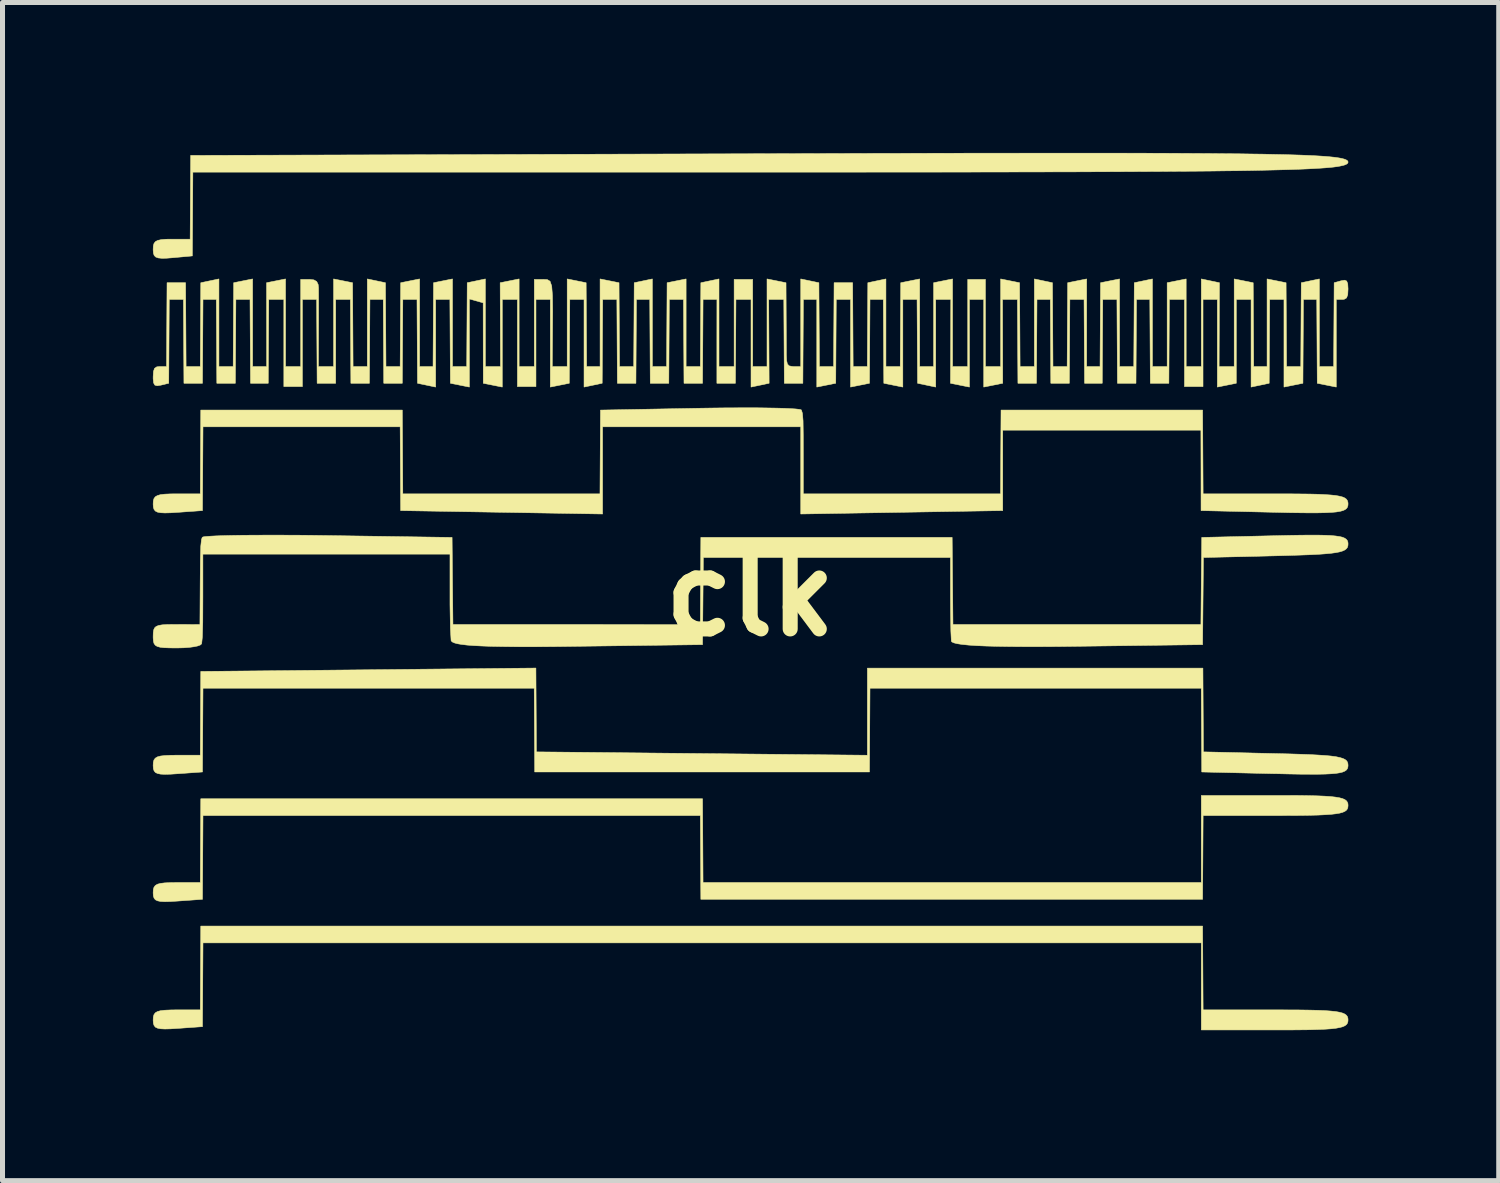
<source format=kicad_pcb>
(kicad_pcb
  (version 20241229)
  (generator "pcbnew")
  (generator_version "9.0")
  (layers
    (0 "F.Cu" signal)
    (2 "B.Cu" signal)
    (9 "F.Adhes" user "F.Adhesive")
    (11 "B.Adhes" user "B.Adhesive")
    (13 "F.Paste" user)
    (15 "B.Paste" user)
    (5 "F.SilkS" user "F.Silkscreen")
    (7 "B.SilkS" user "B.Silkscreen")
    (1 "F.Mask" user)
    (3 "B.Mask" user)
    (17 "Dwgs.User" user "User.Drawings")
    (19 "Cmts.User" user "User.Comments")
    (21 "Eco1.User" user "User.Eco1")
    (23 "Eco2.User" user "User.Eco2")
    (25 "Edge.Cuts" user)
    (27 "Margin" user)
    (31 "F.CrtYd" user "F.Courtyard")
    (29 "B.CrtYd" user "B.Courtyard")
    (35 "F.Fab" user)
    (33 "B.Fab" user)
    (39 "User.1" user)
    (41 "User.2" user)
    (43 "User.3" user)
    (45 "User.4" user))
  (footprint "clk"
    (layer "F.Cu")
    (at 11.914 8.806)
    (property "Reference" "clk" (at 0 0 0) (layer "F.SilkS") (effects (font (size 1.524 1.524) (thickness 0.3))))
    (attr through_hole)
    (fp_poly (pts (xy 9.03 7.453) (xy 9.035 8.288) (xy 10.48 8.288) (xy 10.737 8.289) (xy 10.961 8.29) (xy 11.156 8.293) (xy 11.323 8.297) (xy 11.465 8.303) (xy 11.583 8.312) (xy 11.68 8.322) (xy 11.758 8.336) (xy 11.817 8.352) (xy 11.862 8.372) (xy 11.893 8.395) (xy 11.913 8.422) (xy 11.923 8.453) (xy 11.926 8.488) (xy 11.926 8.489) (xy 11.923 8.524) (xy 11.913 8.555) (xy 11.894 8.582) (xy 11.863 8.605) (xy 11.819 8.625) (xy 11.759 8.641) (xy 11.683 8.655) (xy 11.587 8.666) (xy 11.469 8.674) (xy 11.329 8.68) (xy 11.163 8.685) (xy 10.969 8.687) (xy 10.746 8.689) (xy 10.492 8.689) (xy 10.463 8.689) (xy 8.999 8.689) (xy 8.999 6.952) (xy -10.915 6.952) (xy -10.925 8.623) (xy -11.417 8.658) (xy -11.56 8.667) (xy -11.673 8.67) (xy -11.759 8.666) (xy -11.822 8.653) (xy -11.865 8.632) (xy -11.891 8.599) (xy -11.905 8.555) (xy -11.909 8.498) (xy -11.909 8.491) (xy -11.906 8.431) (xy -11.893 8.384) (xy -11.867 8.348) (xy -11.824 8.322) (xy -11.762 8.305) (xy -11.676 8.295) (xy -11.563 8.29) (xy -11.439 8.288) (xy -10.969 8.288) (xy -10.964 7.453) (xy -10.959 6.617) (xy 9.025 6.617) (xy 9.03 7.453)) (stroke (width 0.01) (type solid)) (fill yes) (layer "F.SilkS"))
    (fp_poly (pts (xy 10.721 4.011) (xy 10.947 4.012) (xy 11.143 4.015) (xy 11.312 4.019) (xy 11.455 4.025) (xy 11.575 4.033) (xy 11.673 4.044) (xy 11.752 4.057) (xy 11.813 4.073) (xy 11.859 4.092) (xy 11.891 4.115) (xy 11.911 4.142) (xy 11.923 4.172) (xy 11.926 4.207) (xy 11.926 4.211) (xy 11.923 4.247) (xy 11.913 4.278) (xy 11.894 4.305) (xy 11.863 4.328) (xy 11.818 4.348) (xy 11.759 4.364) (xy 11.682 4.377) (xy 11.586 4.388) (xy 11.468 4.396) (xy 11.326 4.403) (xy 11.16 4.407) (xy 10.965 4.41) (xy 10.741 4.411) (xy 10.486 4.412) (xy 10.48 4.412) (xy 9.035 4.412) (xy 9.025 6.083) (xy -0.984 6.083) (xy -0.994 4.412) (xy -10.915 4.412) (xy -10.925 6.083) (xy -11.417 6.118) (xy -11.56 6.127) (xy -11.673 6.13) (xy -11.759 6.126) (xy -11.822 6.113) (xy -11.865 6.092) (xy -11.891 6.059) (xy -11.905 6.015) (xy -11.909 5.958) (xy -11.909 5.951) (xy -11.906 5.891) (xy -11.893 5.844) (xy -11.867 5.808) (xy -11.824 5.782) (xy -11.762 5.765) (xy -11.676 5.755) (xy -11.563 5.75) (xy -11.439 5.748) (xy -10.969 5.748) (xy -10.964 4.913) (xy -10.959 4.077) (xy -0.95 4.077) (xy -0.945 4.913) (xy -0.94 5.748) (xy 8.999 5.748) (xy 8.999 4.011) (xy 10.463 4.011) (xy 10.721 4.011)) (stroke (width 0.01) (type solid)) (fill yes) (layer "F.SilkS"))
    (fp_poly (pts (xy -4.269 2.306) (xy -4.264 3.142) (xy 2.338 3.209) (xy 2.338 1.471) (xy 9.031 1.471) (xy 9.036 2.306) (xy 9.041 3.142) (xy 10.484 3.176) (xy 10.74 3.182) (xy 10.964 3.189) (xy 11.159 3.196) (xy 11.326 3.205) (xy 11.467 3.214) (xy 11.585 3.225) (xy 11.682 3.238) (xy 11.759 3.254) (xy 11.819 3.272) (xy 11.863 3.292) (xy 11.894 3.316) (xy 11.913 3.344) (xy 11.923 3.376) (xy 11.926 3.41) (xy 11.923 3.446) (xy 11.913 3.476) (xy 11.894 3.503) (xy 11.863 3.525) (xy 11.82 3.544) (xy 11.761 3.559) (xy 11.684 3.571) (xy 11.589 3.579) (xy 11.472 3.585) (xy 11.332 3.588) (xy 11.166 3.588) (xy 10.973 3.587) (xy 10.751 3.583) (xy 10.497 3.577) (xy 10.467 3.577) (xy 9.008 3.543) (xy 8.998 1.872) (xy 2.39 1.872) (xy 2.38 3.543) (xy -4.298 3.543) (xy -4.308 1.872) (xy -10.915 1.872) (xy -10.925 3.543) (xy -11.417 3.578) (xy -11.56 3.587) (xy -11.673 3.59) (xy -11.759 3.586) (xy -11.822 3.573) (xy -11.865 3.552) (xy -11.891 3.519) (xy -11.905 3.475) (xy -11.909 3.418) (xy -11.909 3.411) (xy -11.906 3.351) (xy -11.893 3.304) (xy -11.867 3.268) (xy -11.824 3.242) (xy -11.762 3.225) (xy -11.676 3.215) (xy -11.563 3.21) (xy -11.439 3.208) (xy -10.969 3.208) (xy -10.964 2.373) (xy -10.959 1.537) (xy -4.274 1.47) (xy -4.269 2.306)) (stroke (width 0.01) (type solid)) (fill yes) (layer "F.SilkS"))
    (fp_poly (pts (xy 0.169 -3.721) (xy 0.359 -3.718) (xy 0.53 -3.715) (xy 0.678 -3.711) (xy 0.803 -3.705) (xy 0.902 -3.699) (xy 0.973 -3.691) (xy 1.013 -3.683) (xy 1.022 -3.677) (xy 1.043 -3.609) (xy 1.055 -3.462) (xy 1.059 -3.169) (xy 1.06 -2.805) (xy 1.06 -2.005) (xy 4.994 -2.005) (xy 5.004 -3.676) (xy 9.025 -3.676) (xy 9.035 -2.005) (xy 10.48 -2.005) (xy 10.736 -2.005) (xy 10.961 -2.003) (xy 11.156 -2.001) (xy 11.323 -1.997) (xy 11.465 -1.99) (xy 11.583 -1.982) (xy 11.68 -1.972) (xy 11.757 -1.958) (xy 11.817 -1.942) (xy 11.862 -1.922) (xy 11.893 -1.899) (xy 11.912 -1.872) (xy 11.923 -1.841) (xy 11.926 -1.806) (xy 11.926 -1.804) (xy 11.923 -1.769) (xy 11.913 -1.738) (xy 11.894 -1.711) (xy 11.864 -1.689) (xy 11.821 -1.67) (xy 11.762 -1.655) (xy 11.687 -1.643) (xy 11.592 -1.635) (xy 11.476 -1.629) (xy 11.337 -1.626) (xy 11.172 -1.625) (xy 10.98 -1.627) (xy 10.76 -1.63) (xy 10.507 -1.636) (xy 10.46 -1.637) (xy 8.994 -1.671) (xy 8.993 -2.473) (xy 8.991 -3.275) (xy 5.038 -3.275) (xy 5.038 -1.671) (xy 3.024 -1.637) (xy 1.009 -1.603) (xy 1.009 -3.342) (xy -2.944 -3.342) (xy -2.944 -1.603) (xy -6.972 -1.671) (xy -6.977 -2.507) (xy -6.982 -3.342) (xy -10.915 -3.342) (xy -10.92 -2.507) (xy -10.925 -1.671) (xy -11.417 -1.636) (xy -11.56 -1.627) (xy -11.673 -1.624) (xy -11.759 -1.628) (xy -11.822 -1.64) (xy -11.865 -1.662) (xy -11.891 -1.694) (xy -11.905 -1.739) (xy -11.909 -1.796) (xy -11.909 -1.803) (xy -11.906 -1.863) (xy -11.893 -1.91) (xy -11.867 -1.946) (xy -11.824 -1.971) (xy -11.762 -1.989) (xy -11.676 -1.999) (xy -11.563 -2.004) (xy -11.439 -2.005) (xy -10.969 -2.005) (xy -10.959 -3.676) (xy -6.939 -3.676) (xy -6.929 -2.005) (xy -2.996 -2.005) (xy -2.986 -3.676) (xy -1.001 -3.713) (xy -0.745 -3.717) (xy -0.497 -3.72) (xy -0.261 -3.721) (xy -0.038 -3.722) (xy 0.169 -3.721)) (stroke (width 0.01) (type solid)) (fill yes) (layer "F.SilkS"))
    (fp_poly (pts (xy 6.97 -8.801) (xy 7.4 -8.801) (xy 7.805 -8.8) (xy 8.186 -8.799) (xy 8.543 -8.797) (xy 8.878 -8.795) (xy 9.19 -8.793) (xy 9.481 -8.79) (xy 9.751 -8.788) (xy 10.002 -8.784) (xy 10.233 -8.781) (xy 10.445 -8.776) (xy 10.64 -8.772) (xy 10.818 -8.767) (xy 10.979 -8.762) (xy 11.125 -8.756) (xy 11.255 -8.75) (xy 11.372 -8.743) (xy 11.475 -8.736) (xy 11.565 -8.728) (xy 11.644 -8.72) (xy 11.711 -8.711) (xy 11.767 -8.702) (xy 11.814 -8.692) (xy 11.851 -8.682) (xy 11.88 -8.671) (xy 11.901 -8.66) (xy 11.916 -8.648) (xy 11.924 -8.636) (xy 11.926 -8.623) (xy 11.924 -8.61) (xy 11.916 -8.597) (xy 11.901 -8.585) (xy 11.88 -8.574) (xy 11.851 -8.563) (xy 11.813 -8.553) (xy 11.766 -8.543) (xy 11.71 -8.533) (xy 11.642 -8.524) (xy 11.564 -8.516) (xy 11.473 -8.508) (xy 11.37 -8.501) (xy 11.253 -8.494) (xy 11.121 -8.487) (xy 10.975 -8.481) (xy 10.813 -8.475) (xy 10.635 -8.47) (xy 10.44 -8.465) (xy 10.227 -8.46) (xy 9.995 -8.455) (xy 9.744 -8.451) (xy 9.473 -8.448) (xy 9.182 -8.444) (xy 8.869 -8.441) (xy 8.534 -8.439) (xy 8.176 -8.436) (xy 7.794 -8.434) (xy 7.388 -8.432) (xy 6.957 -8.43) (xy 6.5 -8.428) (xy 6.017 -8.427) (xy 5.507 -8.426) (xy 4.968 -8.425) (xy 4.401 -8.424) (xy 3.805 -8.423) (xy 3.178 -8.423) (xy 2.521 -8.423) (xy 1.832 -8.422) (xy 1.111 -8.422) (xy 0.405 -8.422) (xy -11.117 -8.422) (xy -11.122 -7.587) (xy -11.127 -6.751) (xy -11.518 -6.715) (xy -11.644 -6.705) (xy -11.74 -6.704) (xy -11.81 -6.711) (xy -11.859 -6.73) (xy -11.889 -6.761) (xy -11.904 -6.807) (xy -11.909 -6.868) (xy -11.909 -6.882) (xy -11.906 -6.949) (xy -11.892 -7) (xy -11.863 -7.037) (xy -11.817 -7.061) (xy -11.748 -7.076) (xy -11.654 -7.084) (xy -11.54 -7.085) (xy -11.171 -7.085) (xy -11.161 -8.756) (xy 0.383 -8.79) (xy 1.135 -8.792) (xy 1.855 -8.794) (xy 2.543 -8.796) (xy 3.199 -8.797) (xy 3.824 -8.799) (xy 4.419 -8.8) (xy 4.985 -8.8) (xy 5.522 -8.801) (xy 6.032 -8.801) (xy 6.514 -8.801) (xy 6.97 -8.801)) (stroke (width 0.01) (type solid)) (fill yes) (layer "F.SilkS"))
    (fp_poly (pts (xy 11.315 -1.182) (xy 11.458 -1.179) (xy 11.577 -1.174) (xy 11.675 -1.165) (xy 11.753 -1.154) (xy 11.814 -1.14) (xy 11.859 -1.121) (xy 11.891 -1.099) (xy 11.912 -1.073) (xy 11.923 -1.043) (xy 11.926 -1.008) (xy 11.926 -1.004) (xy 11.923 -0.968) (xy 11.913 -0.937) (xy 11.893 -0.91) (xy 11.862 -0.886) (xy 11.817 -0.865) (xy 11.757 -0.847) (xy 11.68 -0.832) (xy 11.583 -0.819) (xy 11.464 -0.808) (xy 11.322 -0.798) (xy 11.155 -0.79) (xy 10.959 -0.783) (xy 10.734 -0.776) (xy 10.484 -0.769) (xy 9.041 -0.735) (xy 9.033 0.134) (xy 9.025 1.003) (xy 6.528 1.036) (xy 6.142 1.041) (xy 5.79 1.043) (xy 5.471 1.043) (xy 5.185 1.041) (xy 4.931 1.037) (xy 4.708 1.031) (xy 4.518 1.023) (xy 4.358 1.012) (xy 4.229 0.999) (xy 4.13 0.984) (xy 4.062 0.967) (xy 4.023 0.948) (xy 4.013 0.932) (xy 4.003 0.73) (xy 3.997 0.355) (xy 3.995 0.029) (xy 3.995 -0.735) (xy -0.934 -0.735) (xy -0.942 0.134) (xy -0.95 1.003) (xy -3.447 1.036) (xy -3.812 1.041) (xy -4.145 1.044) (xy -4.446 1.045) (xy -4.716 1.044) (xy -4.957 1.041) (xy -5.169 1.037) (xy -5.354 1.03) (xy -5.513 1.022) (xy -5.645 1.012) (xy -5.754 0.999) (xy -5.839 0.985) (xy -5.901 0.968) (xy -5.942 0.949) (xy -5.963 0.928) (xy -5.966 0.92) (xy -5.98 0.675) (xy -5.988 0.208) (xy -5.988 -0.016) (xy -5.988 -0.802) (xy -10.917 -0.802) (xy -10.917 0.053) (xy -10.919 0.554) (xy -10.927 0.845) (xy -10.941 0.979) (xy -10.944 0.988) (xy -10.967 1.009) (xy -11.019 1.029) (xy -11.096 1.045) (xy -11.193 1.058) (xy -11.304 1.066) (xy -11.427 1.069) (xy -11.44 1.069) (xy -11.578 1.068) (xy -11.686 1.064) (xy -11.768 1.055) (xy -11.827 1.039) (xy -11.867 1.014) (xy -11.892 0.979) (xy -11.904 0.932) (xy -11.909 0.87) (xy -11.909 0.834) (xy -11.907 0.765) (xy -11.899 0.711) (xy -11.881 0.67) (xy -11.849 0.64) (xy -11.799 0.62) (xy -11.729 0.608) (xy -11.634 0.602) (xy -11.511 0.6) (xy -11.443 0.6) (xy -10.976 0.602) (xy -10.971 -0.233) (xy -10.967 -0.698) (xy -10.959 -0.963) (xy -10.945 -1.092) (xy -10.929 -1.139) (xy -10.908 -1.147) (xy -10.855 -1.154) (xy -10.773 -1.16) (xy -10.662 -1.166) (xy -10.526 -1.171) (xy -10.365 -1.175) (xy -10.182 -1.178) (xy -9.979 -1.18) (xy -9.757 -1.181) (xy -9.519 -1.182) (xy -9.266 -1.181) (xy -9 -1.18) (xy -8.723 -1.177) (xy -8.437 -1.173) (xy -8.419 -1.173) (xy -5.946 -1.136) (xy -5.938 -0.267) (xy -5.929 0.602) (xy -3.462 0.602) (xy -0.994 0.603) (xy -0.989 -0.267) (xy -0.984 -1.136) (xy 4.029 -1.136) (xy 4.037 -0.267) (xy 4.045 0.602) (xy 8.991 0.602) (xy 8.999 -0.267) (xy 9.008 -1.136) (xy 10.467 -1.17) (xy 10.724 -1.176) (xy 10.95 -1.18) (xy 11.146 -1.182) (xy 11.315 -1.182)) (stroke (width 0.01) (type solid)) (fill yes) (layer "F.SilkS"))
    (fp_poly (pts (xy 11.354 -4.545) (xy 11.639 -4.545) (xy 11.649 -6.216) (xy 11.787 -6.255) (xy 11.857 -6.267) (xy 11.899 -6.25) (xy 11.92 -6.196) (xy 11.926 -6.098) (xy 11.926 -6.088) (xy 11.92 -5.977) (xy 11.896 -5.913) (xy 11.849 -5.886) (xy 11.808 -5.882) (xy 11.691 -5.882) (xy 11.691 -4.135) (xy 11.501 -4.173) (xy 11.312 -4.211) (xy 11.307 -5.047) (xy 11.302 -5.882) (xy 11.036 -5.882) (xy 11.031 -5.047) (xy 11.026 -4.211) (xy 10.837 -4.173) (xy 10.648 -4.135) (xy 10.648 -5.882) (xy 10.363 -5.882) (xy 10.358 -5.047) (xy 10.353 -4.211) (xy 10.173 -4.173) (xy 9.992 -4.135) (xy 9.992 -5.882) (xy 9.845 -5.882) (xy 9.697 -5.882) (xy 9.697 -4.211) (xy 9.508 -4.173) (xy 9.319 -4.135) (xy 9.319 -5.882) (xy 9.033 -5.882) (xy 9.033 -4.144) (xy 8.663 -4.144) (xy 8.663 -5.882) (xy 8.362 -5.882) (xy 8.357 -5.047) (xy 8.352 -4.211) (xy 7.982 -4.211) (xy 7.977 -5.047) (xy 7.972 -5.882) (xy 7.706 -5.882) (xy 7.701 -5.047) (xy 7.696 -4.211) (xy 7.326 -4.211) (xy 7.321 -5.047) (xy 7.316 -5.882) (xy 7.033 -5.882) (xy 7.028 -5.047) (xy 7.023 -4.211) (xy 6.67 -4.211) (xy 6.665 -5.047) (xy 6.66 -5.882) (xy 6.377 -5.882) (xy 6.372 -5.047) (xy 6.367 -4.211) (xy 5.997 -4.211) (xy 5.992 -5.047) (xy 5.987 -5.882) (xy 5.721 -5.882) (xy 5.716 -5.047) (xy 5.711 -4.211) (xy 5.341 -4.211) (xy 5.336 -5.047) (xy 5.331 -5.882) (xy 5.034 -5.882) (xy 5.036 -5.047) (xy 5.038 -4.211) (xy 4.849 -4.173) (xy 4.659 -4.135) (xy 4.659 -5.882) (xy 4.374 -5.882) (xy 4.374 -4.135) (xy 4.184 -4.173) (xy 3.995 -4.211) (xy 3.999 -5.047) (xy 4.002 -5.882) (xy 3.701 -5.882) (xy 3.701 -4.135) (xy 3.339 -4.211) (xy 3.334 -5.047) (xy 3.329 -5.882) (xy 3.045 -5.882) (xy 3.045 -4.135) (xy 2.855 -4.173) (xy 2.666 -4.211) (xy 2.661 -5.047) (xy 2.656 -5.882) (xy 2.39 -5.882) (xy 2.385 -5.047) (xy 2.38 -4.211) (xy 2.191 -4.173) (xy 2.002 -4.135) (xy 2.002 -5.882) (xy 1.717 -5.882) (xy 1.712 -5.047) (xy 1.707 -4.211) (xy 1.518 -4.173) (xy 1.329 -4.135) (xy 1.329 -5.882) (xy 1.061 -5.882) (xy 1.056 -5.047) (xy 1.051 -4.211) (xy 0.681 -4.211) (xy 0.676 -5.047) (xy 0.671 -5.882) (xy 0.37 -5.882) (xy 0.374 -5.047) (xy 0.378 -4.211) (xy 0.198 -4.173) (xy 0.017 -4.135) (xy 0.017 -5.882) (xy -0.284 -5.882) (xy -0.289 -5.047) (xy -0.294 -4.211) (xy -0.664 -4.211) (xy -0.664 -5.047) (xy -0.663 -5.882) (xy -0.94 -5.882) (xy -0.945 -5.047) (xy -0.95 -4.211) (xy -1.32 -4.211) (xy -1.325 -5.047) (xy -1.33 -5.882) (xy -1.613 -5.882) (xy -1.618 -5.047) (xy -1.623 -4.211) (xy -1.993 -4.211) (xy -1.998 -5.047) (xy -2.003 -5.882) (xy -2.269 -5.882) (xy -2.274 -5.047) (xy -2.279 -4.211) (xy -2.649 -4.211) (xy -2.654 -5.047) (xy -2.659 -5.882) (xy -2.942 -5.882) (xy -2.947 -5.047) (xy -2.952 -4.211) (xy -3.133 -4.173) (xy -3.314 -4.135) (xy -3.314 -5.882) (xy -3.598 -5.882) (xy -3.603 -5.047) (xy -3.608 -4.211) (xy -3.797 -4.173) (xy -3.987 -4.135) (xy -3.987 -5.882) (xy -4.273 -5.882) (xy -4.273 -4.144) (xy -4.643 -4.144) (xy -4.643 -5.882) (xy -4.945 -5.882) (xy -4.945 -4.135) (xy -5.135 -4.173) (xy -5.324 -4.211) (xy -5.325 -5.013) (xy -5.326 -5.815) (xy -5.464 -5.854) (xy -5.601 -5.893) (xy -5.601 -4.135) (xy -5.791 -4.173) (xy -5.98 -4.211) (xy -5.985 -5.047) (xy -5.99 -5.882) (xy -6.274 -5.882) (xy -6.274 -4.135) (xy -6.636 -4.211) (xy -6.641 -5.047) (xy -6.646 -5.882) (xy -6.929 -5.882) (xy -6.934 -5.047) (xy -6.939 -4.211) (xy -7.309 -4.211) (xy -7.314 -5.047) (xy -7.319 -5.882) (xy -7.585 -5.882) (xy -7.59 -5.047) (xy -7.595 -4.211) (xy -7.965 -4.211) (xy -7.97 -5.047) (xy -7.975 -5.882) (xy -8.121 -5.882) (xy -8.268 -5.882) (xy -8.268 -4.211) (xy -8.638 -4.211) (xy -8.643 -5.047) (xy -8.648 -5.882) (xy -8.932 -5.882) (xy -8.932 -4.144) (xy -9.302 -4.144) (xy -9.302 -5.882) (xy -9.603 -5.882) (xy -9.608 -5.047) (xy -9.613 -4.211) (xy -9.967 -4.211) (xy -9.972 -5.047) (xy -9.977 -5.882) (xy -10.259 -5.882) (xy -10.264 -5.047) (xy -10.269 -4.211) (xy -10.639 -4.211) (xy -10.644 -5.047) (xy -10.649 -5.882) (xy -10.915 -5.882) (xy -10.92 -5.047) (xy -10.925 -4.211) (xy -11.295 -4.211) (xy -11.3 -5.047) (xy -11.305 -5.882) (xy -11.588 -5.882) (xy -11.593 -5.047) (xy -11.598 -4.211) (xy -11.754 -4.173) (xy -11.828 -4.161) (xy -11.875 -4.174) (xy -11.9 -4.218) (xy -11.909 -4.3) (xy -11.909 -4.34) (xy -11.903 -4.445) (xy -11.882 -4.508) (xy -11.838 -4.538) (xy -11.776 -4.545) (xy -11.642 -4.545) (xy -11.632 -6.216) (xy -11.262 -6.216) (xy -11.252 -4.545) (xy -10.969 -4.545) (xy -10.959 -6.216) (xy -10.778 -6.254) (xy -10.597 -6.292) (xy -10.597 -4.545) (xy -10.313 -4.545) (xy -10.303 -6.216) (xy -10.114 -6.254) (xy -9.925 -6.292) (xy -9.925 -4.545) (xy -9.645 -4.545) (xy -9.647 -6.216) (xy -9.458 -6.254) (xy -9.268 -6.292) (xy -9.268 -4.545) (xy -8.966 -4.545) (xy -8.966 -6.283) (xy -8.789 -6.283) (xy -8.703 -6.273) (xy -8.647 -6.241) (xy -8.618 -6.183) (xy -8.61 -6.116) (xy -8.609 -5.894) (xy -8.609 -5.509) (xy -8.61 -5.247) (xy -8.612 -4.545) (xy -8.31 -4.545) (xy -8.31 -6.292) (xy -8.12 -6.254) (xy -7.931 -6.216) (xy -7.921 -4.545) (xy -7.637 -4.545) (xy -7.637 -6.292) (xy -7.275 -6.216) (xy -7.265 -4.545) (xy -6.982 -4.545) (xy -6.972 -6.216) (xy -6.783 -6.254) (xy -6.594 -6.292) (xy -6.594 -4.545) (xy -6.326 -4.545) (xy -6.316 -6.216) (xy -6.127 -6.254) (xy -5.938 -6.292) (xy -5.938 -4.545) (xy -5.654 -4.545) (xy -5.644 -6.216) (xy -5.463 -6.254) (xy -5.282 -6.292) (xy -5.282 -4.545) (xy -4.981 -4.545) (xy -4.984 -5.381) (xy -4.987 -6.216) (xy -4.798 -6.254) (xy -4.609 -6.292) (xy -4.609 -4.545) (xy -4.306 -4.545) (xy -4.306 -6.283) (xy -4.131 -6.283) (xy -4.047 -6.279) (xy -3.992 -6.246) (xy -3.959 -6.151) (xy -3.944 -5.962) (xy -3.94 -5.647) (xy -3.943 -5.18) (xy -3.948 -4.545) (xy -3.65 -4.545) (xy -3.65 -6.292) (xy -3.461 -6.254) (xy -3.272 -6.216) (xy -3.262 -4.545) (xy -2.994 -4.545) (xy -2.994 -6.292) (xy -2.805 -6.254) (xy -2.616 -6.216) (xy -2.606 -4.545) (xy -2.323 -4.545) (xy -2.313 -6.216) (xy -2.132 -6.254) (xy -1.951 -6.292) (xy -1.951 -4.545) (xy -1.667 -4.545) (xy -1.657 -6.216) (xy -1.468 -6.254) (xy -1.278 -6.292) (xy -1.278 -4.545) (xy -0.994 -4.545) (xy -0.984 -6.216) (xy -0.803 -6.254) (xy -0.622 -6.292) (xy -0.622 -4.545) (xy -0.32 -4.545) (xy -0.32 -6.283) (xy 0.05 -6.283) (xy 0.05 -4.545) (xy 0.336 -4.545) (xy 0.336 -6.292) (xy 0.526 -6.254) (xy 0.715 -6.216) (xy 0.718 -5.615) (xy 0.72 -5.192) (xy 0.722 -4.854) (xy 0.722 -4.779) (xy 0.727 -4.664) (xy 0.743 -4.594) (xy 0.778 -4.558) (xy 0.839 -4.546) (xy 0.866 -4.545) (xy 1.009 -4.545) (xy 1.009 -6.292) (xy 1.371 -6.216) (xy 1.381 -4.545) (xy 1.664 -4.545) (xy 1.674 -6.216) (xy 2.044 -6.216) (xy 2.054 -4.545) (xy 2.337 -4.545) (xy 2.347 -6.216) (xy 2.527 -6.254) (xy 2.708 -6.292) (xy 2.708 -4.545) (xy 2.993 -4.545) (xy 3.003 -6.216) (xy 3.192 -6.254) (xy 3.381 -6.292) (xy 3.381 -4.545) (xy 3.659 -4.545) (xy 3.659 -6.216) (xy 3.848 -6.254) (xy 4.037 -6.292) (xy 4.037 -4.545) (xy 4.34 -4.545) (xy 4.34 -6.283) (xy 4.693 -6.283) (xy 4.693 -4.545) (xy 4.996 -4.545) (xy 4.996 -6.292) (xy 5.185 -6.254) (xy 5.374 -6.216) (xy 5.384 -4.545) (xy 5.669 -4.545) (xy 5.669 -6.292) (xy 6.03 -6.216) (xy 6.04 -4.545) (xy 6.323 -4.545) (xy 6.333 -6.216) (xy 6.522 -6.254) (xy 6.712 -6.292) (xy 6.712 -4.545) (xy 6.979 -4.545) (xy 6.989 -6.216) (xy 7.178 -6.254) (xy 7.368 -6.292) (xy 7.368 -4.545) (xy 7.652 -4.545) (xy 7.657 -5.381) (xy 7.662 -6.216) (xy 8.024 -6.292) (xy 8.024 -4.545) (xy 8.171 -4.545) (xy 8.318 -4.545) (xy 8.318 -6.216) (xy 8.507 -6.254) (xy 8.697 -6.292) (xy 8.697 -4.545) (xy 8.999 -4.545) (xy 8.999 -6.292) (xy 9.361 -6.216) (xy 9.354 -4.545) (xy 9.655 -4.545) (xy 9.655 -6.292) (xy 9.845 -6.254) (xy 10.034 -6.216) (xy 10.039 -5.381) (xy 10.044 -4.545) (xy 10.311 -4.545) (xy 10.311 -6.292) (xy 10.501 -6.254) (xy 10.69 -6.216) (xy 10.7 -4.545) (xy 10.983 -4.545) (xy 10.988 -5.381) (xy 10.993 -6.216) (xy 11.354 -6.292) (xy 11.354 -4.545)) (stroke (width 0.01) (type solid)) (fill yes) (layer "F.SilkS")))
  (gr_rect
    (start -3 -3)
    (end 26.846 20.501)
    (stroke (width 0.1) (type default))
    (fill no)
    (layer "Edge.Cuts")))
</source>
